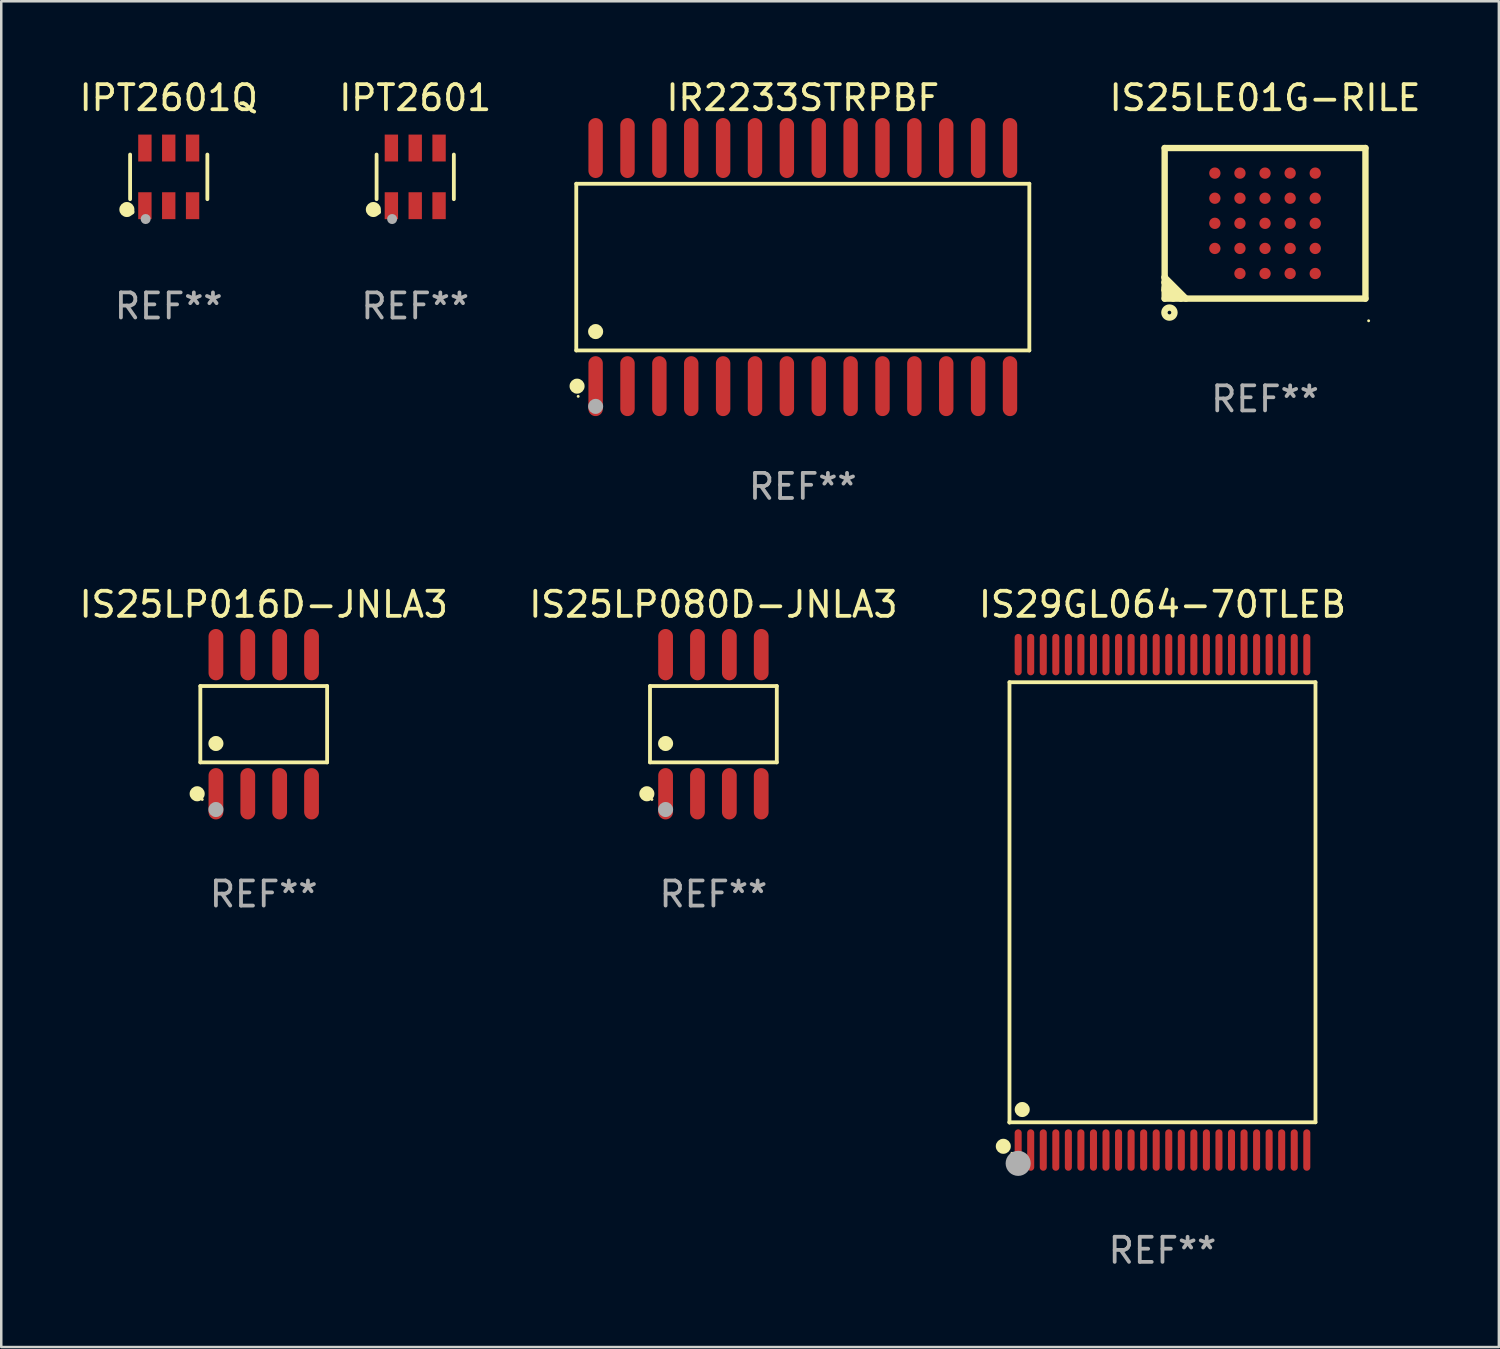
<source format=kicad_pcb>
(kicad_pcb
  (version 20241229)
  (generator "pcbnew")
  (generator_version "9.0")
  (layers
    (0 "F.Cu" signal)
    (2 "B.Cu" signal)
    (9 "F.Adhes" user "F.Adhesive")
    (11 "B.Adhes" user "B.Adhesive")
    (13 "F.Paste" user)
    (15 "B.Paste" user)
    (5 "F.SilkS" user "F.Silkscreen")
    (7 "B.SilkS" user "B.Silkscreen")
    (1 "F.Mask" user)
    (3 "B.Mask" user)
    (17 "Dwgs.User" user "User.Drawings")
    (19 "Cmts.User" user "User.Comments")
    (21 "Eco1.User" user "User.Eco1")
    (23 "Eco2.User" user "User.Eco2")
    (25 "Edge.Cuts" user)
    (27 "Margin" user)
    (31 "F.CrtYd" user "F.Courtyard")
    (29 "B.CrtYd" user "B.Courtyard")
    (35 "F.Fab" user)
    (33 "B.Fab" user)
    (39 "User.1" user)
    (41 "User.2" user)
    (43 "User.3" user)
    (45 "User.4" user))
  (footprint "IPT2601"
    (layer "F.Cu")
    (at 13.494 3.997)
    (property "Reference" "IPT2601" (at 0 -3.149 0) (layer "F.SilkS") (effects (font (size 1 1) (thickness 0.15))))
    (attr through_hole)
    (fp_line (start -1.539 0.889) (end -1.539 -0.889) (stroke (width 0.152) (type solid)) (layer "F.SilkS"))
    (fp_line (start 1.539 0.889) (end 1.539 -0.889) (stroke (width 0.152) (type solid)) (layer "F.SilkS"))
    (fp_circle (center -1.668 1.301) (end -1.518 1.301) (stroke (width 0.3) (type solid)) (fill no) (layer "F.SilkS"))
    (fp_circle (center -1.463 1.4) (end -1.413 1.4) (stroke (width 0.1) (type solid)) (fill no) (layer "F.SilkS"))
    (fp_circle (center -0.92 1.68) (end -0.82 1.68) (stroke (width 0.2) (type solid)) (fill no) (layer "F.Fab"))
    (fp_text user "REF**" (at 0 5.149 0) (layer "F.Fab") (effects (font (size 1 1) (thickness 0.15))))
    (pad "1" smd rect (at -0.95 1.149) (size 0.532 1.072) (layers "F.Cu" "F.Mask" "F.Paste"))
    (pad "2" smd rect (at 0 1.149) (size 0.532 1.072) (layers "F.Cu" "F.Mask" "F.Paste"))
    (pad "3" smd rect (at 0.95 1.149) (size 0.532 1.072) (layers "F.Cu" "F.Mask" "F.Paste"))
    (pad "4" smd rect (at 0.95 -1.149) (size 0.532 1.072) (layers "F.Cu" "F.Mask" "F.Paste"))
    (pad "5" smd rect (at 0 -1.149) (size 0.532 1.072) (layers "F.Cu" "F.Mask" "F.Paste"))
    (pad "6" smd rect (at -0.95 -1.149) (size 0.532 1.072) (layers "F.Cu" "F.Mask" "F.Paste")))
  (footprint "IS25LP080D-JNLA3"
    (layer "F.Cu")
    (at 25.375 25.805)
    (property "Reference" "IS25LP080D-JNLA3" (at 0 -4.772 0) (layer "F.SilkS") (effects (font (size 1 1) (thickness 0.15))))
    (attr through_hole)
    (fp_line (start -2.526 -1.521) (end 2.526 -1.521) (stroke (width 0.152) (type solid)) (layer "F.SilkS"))
    (fp_line (start -2.526 1.521) (end -2.526 -1.521) (stroke (width 0.152) (type solid)) (layer "F.SilkS"))
    (fp_line (start 2.526 -1.521) (end 2.526 1.521) (stroke (width 0.152) (type solid)) (layer "F.SilkS"))
    (fp_line (start 2.526 1.521) (end -2.526 1.521) (stroke (width 0.152) (type solid)) (layer "F.SilkS"))
    (fp_circle (center -2.652 2.772) (end -2.501 2.772) (stroke (width 0.3) (type solid)) (fill no) (layer "F.SilkS"))
    (fp_circle (center -2.45 3) (end -2.42 3) (stroke (width 0.06) (type solid)) (fill no) (layer "F.SilkS"))
    (fp_circle (center -1.905 0.769) (end -1.755 0.769) (stroke (width 0.3) (type solid)) (fill no) (layer "F.SilkS"))
    (fp_circle (center -1.905 3.4) (end -1.755 3.4) (stroke (width 0.3) (type solid)) (fill no) (layer "F.Fab"))
    (fp_text user "REF**" (at 0 6.772 0) (layer "F.Fab") (effects (font (size 1 1) (thickness 0.15))))
    (pad "1" smd oval (at -1.905 2.772) (size 0.588 2.045) (layers "F.Cu" "F.Mask" "F.Paste"))
    (pad "2" smd oval (at -0.635 2.772) (size 0.588 2.045) (layers "F.Cu" "F.Mask" "F.Paste"))
    (pad "3" smd oval (at 0.635 2.772) (size 0.588 2.045) (layers "F.Cu" "F.Mask" "F.Paste"))
    (pad "4" smd oval (at 1.905 2.772) (size 0.588 2.045) (layers "F.Cu" "F.Mask" "F.Paste"))
    (pad "5" smd oval (at 1.905 -2.772) (size 0.588 2.045) (layers "F.Cu" "F.Mask" "F.Paste"))
    (pad "6" smd oval (at 0.635 -2.772) (size 0.588 2.045) (layers "F.Cu" "F.Mask" "F.Paste"))
    (pad "7" smd oval (at -0.635 -2.772) (size 0.588 2.045) (layers "F.Cu" "F.Mask" "F.Paste"))
    (pad "8" smd oval (at -1.905 -2.772) (size 0.588 2.045) (layers "F.Cu" "F.Mask" "F.Paste")))
  (footprint "IS25LP016D-JNLA3"
    (layer "F.Cu")
    (at 7.458 25.805)
    (property "Reference" "IS25LP016D-JNLA3" (at 0 -4.772 0) (layer "F.SilkS") (effects (font (size 1 1) (thickness 0.15))))
    (attr through_hole)
    (fp_line (start -2.526 -1.521) (end 2.526 -1.521) (stroke (width 0.152) (type solid)) (layer "F.SilkS"))
    (fp_line (start -2.526 1.521) (end -2.526 -1.521) (stroke (width 0.152) (type solid)) (layer "F.SilkS"))
    (fp_line (start 2.526 -1.521) (end 2.526 1.521) (stroke (width 0.152) (type solid)) (layer "F.SilkS"))
    (fp_line (start 2.526 1.521) (end -2.526 1.521) (stroke (width 0.152) (type solid)) (layer "F.SilkS"))
    (fp_circle (center -2.652 2.772) (end -2.501 2.772) (stroke (width 0.3) (type solid)) (fill no) (layer "F.SilkS"))
    (fp_circle (center -2.45 3) (end -2.42 3) (stroke (width 0.06) (type solid)) (fill no) (layer "F.SilkS"))
    (fp_circle (center -1.905 0.769) (end -1.755 0.769) (stroke (width 0.3) (type solid)) (fill no) (layer "F.SilkS"))
    (fp_circle (center -1.905 3.4) (end -1.755 3.4) (stroke (width 0.3) (type solid)) (fill no) (layer "F.Fab"))
    (fp_text user "REF**" (at 0 6.772 0) (layer "F.Fab") (effects (font (size 1 1) (thickness 0.15))))
    (pad "1" smd oval (at -1.905 2.772) (size 0.588 2.045) (layers "F.Cu" "F.Mask" "F.Paste"))
    (pad "2" smd oval (at -0.635 2.772) (size 0.588 2.045) (layers "F.Cu" "F.Mask" "F.Paste"))
    (pad "3" smd oval (at 0.635 2.772) (size 0.588 2.045) (layers "F.Cu" "F.Mask" "F.Paste"))
    (pad "4" smd oval (at 1.905 2.772) (size 0.588 2.045) (layers "F.Cu" "F.Mask" "F.Paste"))
    (pad "5" smd oval (at 1.905 -2.772) (size 0.588 2.045) (layers "F.Cu" "F.Mask" "F.Paste"))
    (pad "6" smd oval (at 0.635 -2.772) (size 0.588 2.045) (layers "F.Cu" "F.Mask" "F.Paste"))
    (pad "7" smd oval (at -0.635 -2.772) (size 0.588 2.045) (layers "F.Cu" "F.Mask" "F.Paste"))
    (pad "8" smd oval (at -1.905 -2.772) (size 0.588 2.045) (layers "F.Cu" "F.Mask" "F.Paste")))
  (footprint "IS29GL064-70TLEB"
    (layer "F.Cu")
    (at 43.268 32.903)
    (property "Reference" "IS29GL064-70TLEB" (at 0 -11.87 0) (layer "F.SilkS") (effects (font (size 1 1) (thickness 0.15))))
    (attr through_hole)
    (fp_line (start -6.096 -8.771) (end 6.096 -8.771) (stroke (width 0.152) (type solid)) (layer "F.SilkS"))
    (fp_line (start -6.096 8.763) (end -6.096 8.771) (stroke (width 0.152) (type solid)) (layer "F.SilkS"))
    (fp_line (start -6.096 8.771) (end -6.096 -8.771) (stroke (width 0.152) (type solid)) (layer "F.SilkS"))
    (fp_line (start 6.096 -8.771) (end 6.096 8.763) (stroke (width 0.152) (type solid)) (layer "F.SilkS"))
    (fp_line (start 6.096 8.763) (end -6.096 8.763) (stroke (width 0.152) (type solid)) (layer "F.SilkS"))
    (fp_circle (center -6.342 9.72) (end -6.192 9.72) (stroke (width 0.3) (type solid)) (fill no) (layer "F.SilkS"))
    (fp_circle (center -6 10) (end -5.97 10) (stroke (width 0.06) (type solid)) (fill no) (layer "F.SilkS"))
    (fp_circle (center -5.588 8.255) (end -5.438 8.255) (stroke (width 0.3) (type solid)) (fill no) (layer "F.SilkS"))
    (fp_circle (center -5.75 10.4) (end -5.5 10.4) (stroke (width 0.5) (type solid)) (fill no) (layer "F.Fab"))
    (fp_text user "REF**" (at 0 13.87 0) (layer "F.Fab") (effects (font (size 1 1) (thickness 0.15))))
    (pad "1" smd oval (at -5.75 9.87) (size 0.28 1.65) (layers "F.Cu" "F.Mask" "F.Paste"))
    (pad "2" smd oval (at -5.25 9.87) (size 0.28 1.65) (layers "F.Cu" "F.Mask" "F.Paste"))
    (pad "3" smd oval (at -4.75 9.87) (size 0.28 1.65) (layers "F.Cu" "F.Mask" "F.Paste"))
    (pad "4" smd oval (at -4.25 9.87) (size 0.28 1.65) (layers "F.Cu" "F.Mask" "F.Paste"))
    (pad "5" smd oval (at -3.75 9.87) (size 0.28 1.65) (layers "F.Cu" "F.Mask" "F.Paste"))
    (pad "6" smd oval (at -3.25 9.87) (size 0.28 1.65) (layers "F.Cu" "F.Mask" "F.Paste"))
    (pad "7" smd oval (at -2.75 9.87) (size 0.28 1.65) (layers "F.Cu" "F.Mask" "F.Paste"))
    (pad "8" smd oval (at -2.25 9.87) (size 0.28 1.65) (layers "F.Cu" "F.Mask" "F.Paste"))
    (pad "9" smd oval (at -1.75 9.87) (size 0.28 1.65) (layers "F.Cu" "F.Mask" "F.Paste"))
    (pad "10" smd oval (at -1.25 9.87) (size 0.28 1.65) (layers "F.Cu" "F.Mask" "F.Paste"))
    (pad "11" smd oval (at -0.75 9.87) (size 0.28 1.65) (layers "F.Cu" "F.Mask" "F.Paste"))
    (pad "12" smd oval (at -0.25 9.87) (size 0.28 1.65) (layers "F.Cu" "F.Mask" "F.Paste"))
    (pad "13" smd oval (at 0.25 9.87) (size 0.28 1.65) (layers "F.Cu" "F.Mask" "F.Paste"))
    (pad "14" smd oval (at 0.75 9.87) (size 0.28 1.65) (layers "F.Cu" "F.Mask" "F.Paste"))
    (pad "15" smd oval (at 1.25 9.87) (size 0.28 1.65) (layers "F.Cu" "F.Mask" "F.Paste"))
    (pad "16" smd oval (at 1.75 9.87) (size 0.28 1.65) (layers "F.Cu" "F.Mask" "F.Paste"))
    (pad "17" smd oval (at 2.25 9.87) (size 0.28 1.65) (layers "F.Cu" "F.Mask" "F.Paste"))
    (pad "18" smd oval (at 2.75 9.87) (size 0.28 1.65) (layers "F.Cu" "F.Mask" "F.Paste"))
    (pad "19" smd oval (at 3.25 9.87) (size 0.28 1.65) (layers "F.Cu" "F.Mask" "F.Paste"))
    (pad "20" smd oval (at 3.75 9.87) (size 0.28 1.65) (layers "F.Cu" "F.Mask" "F.Paste"))
    (pad "21" smd oval (at 4.25 9.87) (size 0.28 1.65) (layers "F.Cu" "F.Mask" "F.Paste"))
    (pad "22" smd oval (at 4.75 9.87) (size 0.28 1.65) (layers "F.Cu" "F.Mask" "F.Paste"))
    (pad "23" smd oval (at 5.25 9.87) (size 0.28 1.65) (layers "F.Cu" "F.Mask" "F.Paste"))
    (pad "24" smd oval (at 5.75 9.87) (size 0.28 1.65) (layers "F.Cu" "F.Mask" "F.Paste"))
    (pad "25" smd oval (at 5.75 -9.87) (size 0.28 1.65) (layers "F.Cu" "F.Mask" "F.Paste"))
    (pad "26" smd oval (at 5.25 -9.87) (size 0.28 1.65) (layers "F.Cu" "F.Mask" "F.Paste"))
    (pad "27" smd oval (at 4.75 -9.87) (size 0.28 1.65) (layers "F.Cu" "F.Mask" "F.Paste"))
    (pad "28" smd oval (at 4.25 -9.87) (size 0.28 1.65) (layers "F.Cu" "F.Mask" "F.Paste"))
    (pad "29" smd oval (at 3.75 -9.87) (size 0.28 1.65) (layers "F.Cu" "F.Mask" "F.Paste"))
    (pad "30" smd oval (at 3.25 -9.87) (size 0.28 1.65) (layers "F.Cu" "F.Mask" "F.Paste"))
    (pad "31" smd oval (at 2.75 -9.87) (size 0.28 1.65) (layers "F.Cu" "F.Mask" "F.Paste"))
    (pad "32" smd oval (at 2.25 -9.87) (size 0.28 1.65) (layers "F.Cu" "F.Mask" "F.Paste"))
    (pad "33" smd oval (at 1.75 -9.87) (size 0.28 1.65) (layers "F.Cu" "F.Mask" "F.Paste"))
    (pad "34" smd oval (at 1.25 -9.87) (size 0.28 1.65) (layers "F.Cu" "F.Mask" "F.Paste"))
    (pad "35" smd oval (at 0.75 -9.87) (size 0.28 1.65) (layers "F.Cu" "F.Mask" "F.Paste"))
    (pad "36" smd oval (at 0.25 -9.87) (size 0.28 1.65) (layers "F.Cu" "F.Mask" "F.Paste"))
    (pad "37" smd oval (at -0.25 -9.87) (size 0.28 1.65) (layers "F.Cu" "F.Mask" "F.Paste"))
    (pad "38" smd oval (at -0.75 -9.87) (size 0.28 1.65) (layers "F.Cu" "F.Mask" "F.Paste"))
    (pad "39" smd oval (at -1.25 -9.87) (size 0.28 1.65) (layers "F.Cu" "F.Mask" "F.Paste"))
    (pad "40" smd oval (at -1.75 -9.87) (size 0.28 1.65) (layers "F.Cu" "F.Mask" "F.Paste"))
    (pad "41" smd oval (at -2.25 -9.87) (size 0.28 1.65) (layers "F.Cu" "F.Mask" "F.Paste"))
    (pad "42" smd oval (at -2.75 -9.87) (size 0.28 1.65) (layers "F.Cu" "F.Mask" "F.Paste"))
    (pad "43" smd oval (at -3.25 -9.87) (size 0.28 1.65) (layers "F.Cu" "F.Mask" "F.Paste"))
    (pad "44" smd oval (at -3.75 -9.87) (size 0.28 1.65) (layers "F.Cu" "F.Mask" "F.Paste"))
    (pad "45" smd oval (at -4.25 -9.87) (size 0.28 1.65) (layers "F.Cu" "F.Mask" "F.Paste"))
    (pad "46" smd oval (at -4.75 -9.87) (size 0.28 1.65) (layers "F.Cu" "F.Mask" "F.Paste"))
    (pad "47" smd oval (at -5.25 -9.87) (size 0.28 1.65) (layers "F.Cu" "F.Mask" "F.Paste"))
    (pad "48" smd oval (at -5.75 -9.87) (size 0.28 1.65) (layers "F.Cu" "F.Mask" "F.Paste")))
  (footprint "IR2233STRPBF"
    (layer "F.Cu")
    (at 28.937 7.592)
    (property "Reference" "IR2233STRPBF" (at 0 -6.744 0) (layer "F.SilkS") (effects (font (size 1 1) (thickness 0.15))))
    (attr through_hole)
    (fp_line (start -9.026 -3.321) (end 9.026 -3.321) (stroke (width 0.152) (type solid)) (layer "F.SilkS"))
    (fp_line (start -9.026 3.321) (end -9.026 -3.321) (stroke (width 0.152) (type solid)) (layer "F.SilkS"))
    (fp_line (start 9.026 -3.321) (end 9.026 3.321) (stroke (width 0.152) (type solid)) (layer "F.SilkS"))
    (fp_line (start 9.026 3.321) (end -9.026 3.321) (stroke (width 0.152) (type solid)) (layer "F.SilkS"))
    (fp_circle (center -8.994 4.744) (end -8.844 4.744) (stroke (width 0.3) (type solid)) (fill no) (layer "F.SilkS"))
    (fp_circle (center -8.95 5.15) (end -8.92 5.15) (stroke (width 0.06) (type solid)) (fill no) (layer "F.SilkS"))
    (fp_circle (center -8.255 2.569) (end -8.105 2.569) (stroke (width 0.3) (type solid)) (fill no) (layer "F.SilkS"))
    (fp_circle (center -8.255 5.55) (end -8.105 5.55) (stroke (width 0.3) (type solid)) (fill no) (layer "F.Fab"))
    (fp_text user "REF**" (at 0 8.744 0) (layer "F.Fab") (effects (font (size 1 1) (thickness 0.15))))
    (pad "1" smd oval (at -8.255 4.744) (size 0.574 2.388) (layers "F.Cu" "F.Mask" "F.Paste"))
    (pad "2" smd oval (at -6.985 4.744) (size 0.574 2.388) (layers "F.Cu" "F.Mask" "F.Paste"))
    (pad "3" smd oval (at -5.715 4.744) (size 0.574 2.388) (layers "F.Cu" "F.Mask" "F.Paste"))
    (pad "4" smd oval (at -4.445 4.744) (size 0.574 2.388) (layers "F.Cu" "F.Mask" "F.Paste"))
    (pad "5" smd oval (at -3.175 4.744) (size 0.574 2.388) (layers "F.Cu" "F.Mask" "F.Paste"))
    (pad "6" smd oval (at -1.905 4.744) (size 0.574 2.388) (layers "F.Cu" "F.Mask" "F.Paste"))
    (pad "7" smd oval (at -0.635 4.744) (size 0.574 2.388) (layers "F.Cu" "F.Mask" "F.Paste"))
    (pad "8" smd oval (at 0.635 4.744) (size 0.574 2.388) (layers "F.Cu" "F.Mask" "F.Paste"))
    (pad "9" smd oval (at 1.905 4.744) (size 0.574 2.388) (layers "F.Cu" "F.Mask" "F.Paste"))
    (pad "10" smd oval (at 3.175 4.744) (size 0.574 2.388) (layers "F.Cu" "F.Mask" "F.Paste"))
    (pad "11" smd oval (at 4.445 4.744) (size 0.574 2.388) (layers "F.Cu" "F.Mask" "F.Paste"))
    (pad "12" smd oval (at 5.715 4.744) (size 0.574 2.388) (layers "F.Cu" "F.Mask" "F.Paste"))
    (pad "13" smd oval (at 6.985 4.744) (size 0.574 2.388) (layers "F.Cu" "F.Mask" "F.Paste"))
    (pad "14" smd oval (at 8.255 4.744) (size 0.574 2.388) (layers "F.Cu" "F.Mask" "F.Paste"))
    (pad "15" smd oval (at 8.255 -4.744) (size 0.574 2.388) (layers "F.Cu" "F.Mask" "F.Paste"))
    (pad "16" smd oval (at 6.985 -4.744) (size 0.574 2.388) (layers "F.Cu" "F.Mask" "F.Paste"))
    (pad "17" smd oval (at 5.715 -4.744) (size 0.574 2.388) (layers "F.Cu" "F.Mask" "F.Paste"))
    (pad "18" smd oval (at 4.445 -4.744) (size 0.574 2.388) (layers "F.Cu" "F.Mask" "F.Paste"))
    (pad "19" smd oval (at 3.175 -4.744) (size 0.574 2.388) (layers "F.Cu" "F.Mask" "F.Paste"))
    (pad "20" smd oval (at 1.905 -4.744) (size 0.574 2.388) (layers "F.Cu" "F.Mask" "F.Paste"))
    (pad "21" smd oval (at 0.635 -4.744) (size 0.574 2.388) (layers "F.Cu" "F.Mask" "F.Paste"))
    (pad "22" smd oval (at -0.635 -4.744) (size 0.574 2.388) (layers "F.Cu" "F.Mask" "F.Paste"))
    (pad "23" smd oval (at -1.905 -4.744) (size 0.574 2.388) (layers "F.Cu" "F.Mask" "F.Paste"))
    (pad "24" smd oval (at -3.175 -4.744) (size 0.574 2.388) (layers "F.Cu" "F.Mask" "F.Paste"))
    (pad "25" smd oval (at -4.445 -4.744) (size 0.574 2.388) (layers "F.Cu" "F.Mask" "F.Paste"))
    (pad "26" smd oval (at -5.715 -4.744) (size 0.574 2.388) (layers "F.Cu" "F.Mask" "F.Paste"))
    (pad "27" smd oval (at -6.985 -4.744) (size 0.574 2.388) (layers "F.Cu" "F.Mask" "F.Paste"))
    (pad "28" smd oval (at -8.255 -4.744) (size 0.574 2.388) (layers "F.Cu" "F.Mask" "F.Paste")))
  (footprint "IS25LE01G-RILE"
    (layer "F.Cu")
    (at 47.355 5.848)
    (property "Reference" "IS25LE01G-RILE" (at 0 -5 0) (layer "F.SilkS") (effects (font (size 1 1) (thickness 0.15))))
    (attr through_hole)
    (fp_line (start -4 -3) (end -4 3) (stroke (width 0.254) (type solid)) (layer "F.SilkS"))
    (fp_line (start -4 -3) (end 4 -3) (stroke (width 0.254) (type solid)) (layer "F.SilkS"))
    (fp_line (start -4 2.137) (end -4 2.153) (stroke (width 0.254) (type solid)) (layer "F.SilkS"))
    (fp_line (start -4 2.153) (end -3.153 3) (stroke (width 0.254) (type solid)) (layer "F.SilkS"))
    (fp_line (start -4 2.353) (end -4 2.356) (stroke (width 0.254) (type solid)) (layer "F.SilkS"))
    (fp_line (start -4 2.356) (end -3.356 3) (stroke (width 0.254) (type solid)) (layer "F.SilkS"))
    (fp_line (start -4 2.569) (end -4 2.661) (stroke (width 0.254) (type solid)) (layer "F.SilkS"))
    (fp_line (start -4 2.661) (end -3.661 3) (stroke (width 0.254) (type solid)) (layer "F.SilkS"))
    (fp_line (start -4 3) (end 4 3) (stroke (width 0.254) (type solid)) (layer "F.SilkS"))
    (fp_line (start 4 -3) (end 4 3) (stroke (width 0.254) (type solid)) (layer "F.SilkS"))
    (fp_circle (center -3.81 3.556) (end -3.61 3.556) (stroke (width 0.254) (type solid)) (fill no) (layer "F.SilkS"))
    (fp_circle (center 4.127 3.883) (end 4.157 3.883) (stroke (width 0.06) (type solid)) (fill no) (layer "F.SilkS"))
    (fp_text user "REF**" (at 0 7 0) (layer "F.Fab") (effects (font (size 1 1) (thickness 0.15))))
    (pad "A2" smd circle (at -2 1) (size 0.45 0.45) (layers "F.Cu" "F.Mask" "F.Paste"))
    (pad "A3" smd circle (at -2 0.000102) (size 0.45 0.45) (layers "F.Cu" "F.Mask" "F.Paste"))
    (pad "A4" smd circle (at -2 -1) (size 0.45 0.45) (layers "F.Cu" "F.Mask" "F.Paste"))
    (pad "A5" smd circle (at -2 -2) (size 0.45 0.45) (layers "F.Cu" "F.Mask" "F.Paste"))
    (pad "B1" smd circle (at -1 2) (size 0.45 0.45) (layers "F.Cu" "F.Mask" "F.Paste"))
    (pad "B2" smd circle (at -1 1) (size 0.45 0.45) (layers "F.Cu" "F.Mask" "F.Paste"))
    (pad "B3" smd circle (at -1 0.000102) (size 0.45 0.45) (layers "F.Cu" "F.Mask" "F.Paste"))
    (pad "B4" smd circle (at -1 -1) (size 0.45 0.45) (layers "F.Cu" "F.Mask" "F.Paste"))
    (pad "B5" smd circle (at -1 -2) (size 0.45 0.45) (layers "F.Cu" "F.Mask" "F.Paste"))
    (pad "C1" smd circle (at 0 2) (size 0.45 0.45) (layers "F.Cu" "F.Mask" "F.Paste"))
    (pad "C2" smd circle (at 0 1) (size 0.45 0.45) (layers "F.Cu" "F.Mask" "F.Paste"))
    (pad "C3" smd circle (at 0 0.000102) (size 0.45 0.45) (layers "F.Cu" "F.Mask" "F.Paste"))
    (pad "C4" smd circle (at -0.001 -1) (size 0.45 0.45) (layers "F.Cu" "F.Mask" "F.Paste"))
    (pad "C5" smd circle (at -0.001 -2) (size 0.45 0.45) (layers "F.Cu" "F.Mask" "F.Paste"))
    (pad "D1" smd circle (at 1 2) (size 0.45 0.45) (layers "F.Cu" "F.Mask" "F.Paste"))
    (pad "D2" smd circle (at 1 1) (size 0.45 0.45) (layers "F.Cu" "F.Mask" "F.Paste"))
    (pad "D3" smd circle (at 1 0.000102) (size 0.45 0.45) (layers "F.Cu" "F.Mask" "F.Paste"))
    (pad "D4" smd circle (at 1 -1) (size 0.45 0.45) (layers "F.Cu" "F.Mask" "F.Paste"))
    (pad "D5" smd circle (at 1 -2) (size 0.45 0.45) (layers "F.Cu" "F.Mask" "F.Paste"))
    (pad "E1" smd circle (at 2 2) (size 0.45 0.45) (layers "F.Cu" "F.Mask" "F.Paste"))
    (pad "E2" smd circle (at 2 1) (size 0.45 0.45) (layers "F.Cu" "F.Mask" "F.Paste"))
    (pad "E3" smd circle (at 2 0.000102) (size 0.45 0.45) (layers "F.Cu" "F.Mask" "F.Paste"))
    (pad "E4" smd circle (at 2 -1) (size 0.45 0.45) (layers "F.Cu" "F.Mask" "F.Paste"))
    (pad "E5" smd circle (at 2 -2) (size 0.45 0.45) (layers "F.Cu" "F.Mask" "F.Paste")))
  (footprint "IPT2601Q"
    (layer "F.Cu")
    (at 3.673 3.997)
    (property "Reference" "IPT2601Q" (at 0 -3.149 0) (layer "F.SilkS") (effects (font (size 1 1) (thickness 0.15))))
    (attr through_hole)
    (fp_line (start -1.539 0.889) (end -1.539 -0.889) (stroke (width 0.152) (type solid)) (layer "F.SilkS"))
    (fp_line (start 1.539 0.889) (end 1.539 -0.889) (stroke (width 0.152) (type solid)) (layer "F.SilkS"))
    (fp_circle (center -1.668 1.301) (end -1.518 1.301) (stroke (width 0.3) (type solid)) (fill no) (layer "F.SilkS"))
    (fp_circle (center -1.463 1.4) (end -1.413 1.4) (stroke (width 0.1) (type solid)) (fill no) (layer "F.SilkS"))
    (fp_circle (center -0.92 1.68) (end -0.82 1.68) (stroke (width 0.2) (type solid)) (fill no) (layer "F.Fab"))
    (fp_text user "REF**" (at 0 5.149 0) (layer "F.Fab") (effects (font (size 1 1) (thickness 0.15))))
    (pad "1" smd rect (at -0.95 1.149) (size 0.532 1.072) (layers "F.Cu" "F.Mask" "F.Paste"))
    (pad "2" smd rect (at 0 1.149) (size 0.532 1.072) (layers "F.Cu" "F.Mask" "F.Paste"))
    (pad "3" smd rect (at 0.95 1.149) (size 0.532 1.072) (layers "F.Cu" "F.Mask" "F.Paste"))
    (pad "4" smd rect (at 0.95 -1.149) (size 0.532 1.072) (layers "F.Cu" "F.Mask" "F.Paste"))
    (pad "5" smd rect (at 0 -1.149) (size 0.532 1.072) (layers "F.Cu" "F.Mask" "F.Paste"))
    (pad "6" smd rect (at -0.95 -1.149) (size 0.532 1.072) (layers "F.Cu" "F.Mask" "F.Paste")))
  (gr_rect
    (start -3 -3)
    (end 56.671 50.621)
    (stroke (width 0.1) (type default))
    (fill no)
    (layer "Edge.Cuts")))
</source>
